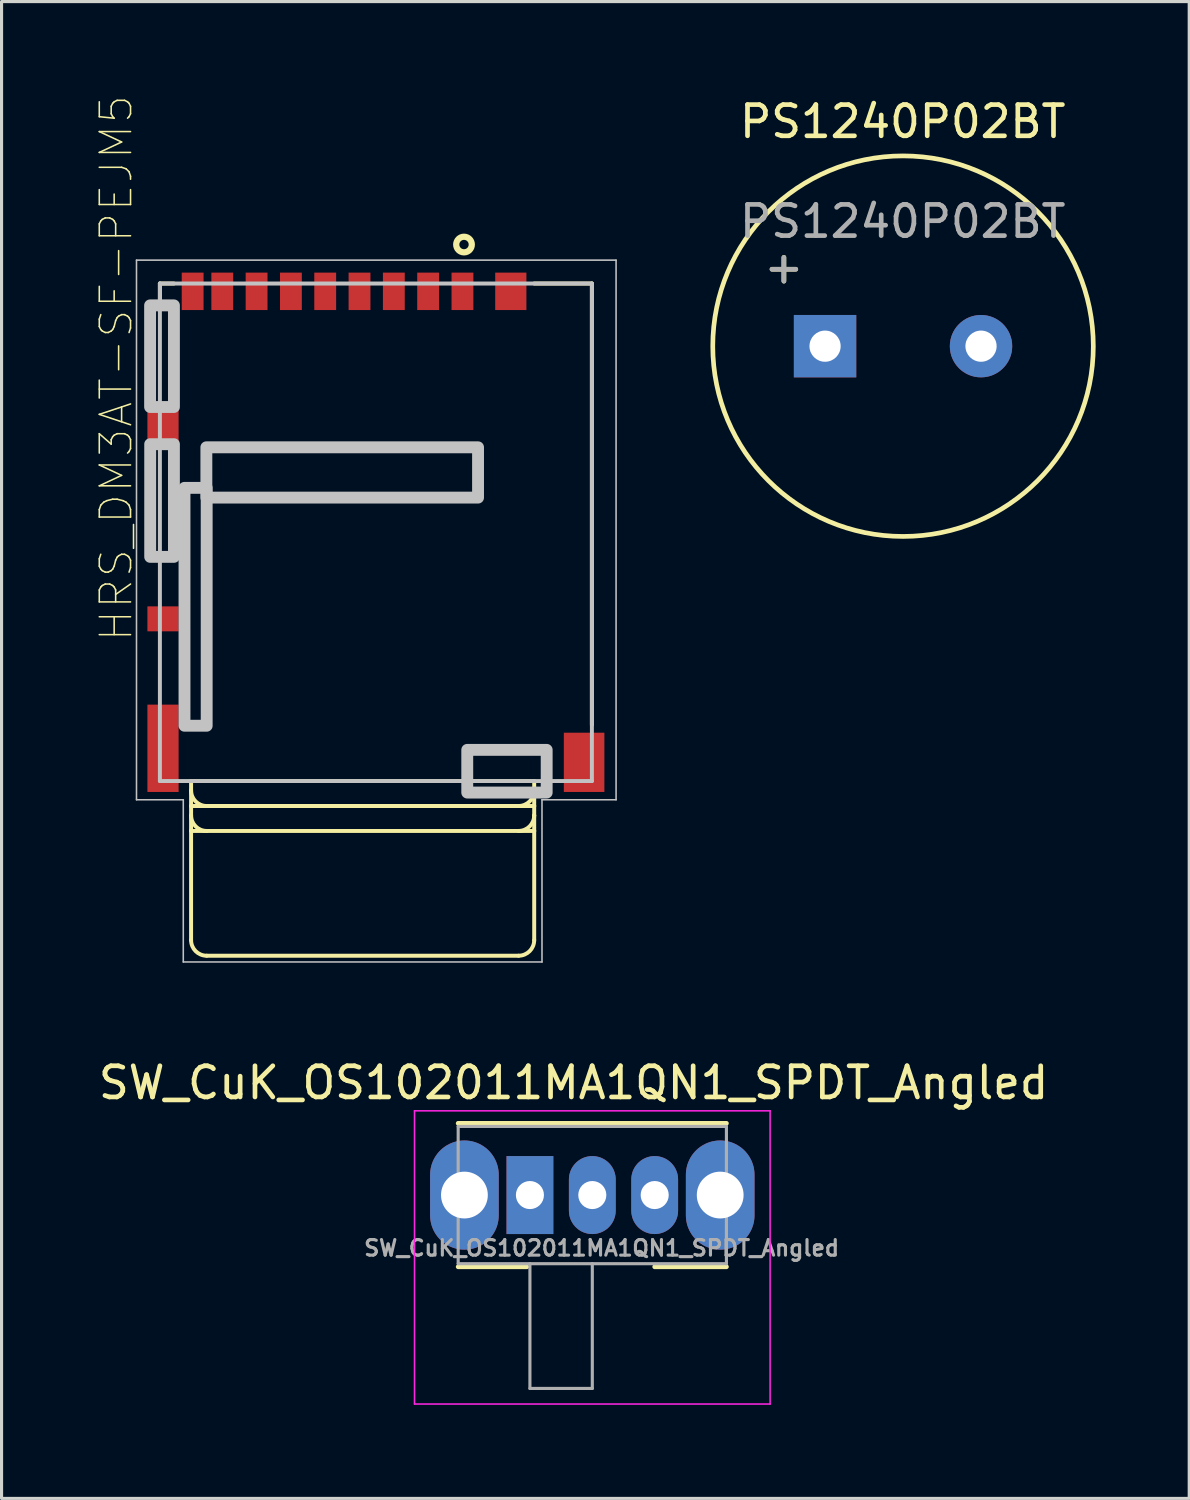
<source format=kicad_pcb>
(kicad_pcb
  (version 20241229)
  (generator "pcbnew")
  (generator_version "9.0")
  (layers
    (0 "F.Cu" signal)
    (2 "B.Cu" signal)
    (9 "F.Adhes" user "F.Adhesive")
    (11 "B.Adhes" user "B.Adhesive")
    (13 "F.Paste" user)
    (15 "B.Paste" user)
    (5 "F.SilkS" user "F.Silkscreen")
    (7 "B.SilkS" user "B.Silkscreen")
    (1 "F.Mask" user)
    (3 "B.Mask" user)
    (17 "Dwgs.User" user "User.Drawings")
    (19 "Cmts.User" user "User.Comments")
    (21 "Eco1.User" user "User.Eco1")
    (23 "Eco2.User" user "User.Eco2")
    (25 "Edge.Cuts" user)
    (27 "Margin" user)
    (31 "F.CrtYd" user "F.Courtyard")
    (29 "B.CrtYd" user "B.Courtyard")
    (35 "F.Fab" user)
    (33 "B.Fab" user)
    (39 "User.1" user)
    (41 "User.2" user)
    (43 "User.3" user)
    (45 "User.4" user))
  (footprint "SW_CuK_OS102011MA1QN1_SPDT_Angled"
    (layer "F.Cu")
    (at 13.939 35.263)
    (property "Reference" "SW_CuK_OS102011MA1QN1_SPDT_Angled" (at 1.4 -3.6 0) (layer "F.SilkS") (effects (font (size 1 1) (thickness 0.15))))
    (attr through_hole)
    (fp_line (start -2.3 -2.3) (end 6.3 -2.3) (stroke (width 0.15) (type solid)) (layer "F.SilkS"))
    (fp_line (start -2.3 2.3) (end -0.1 2.3) (stroke (width 0.15) (type solid)) (layer "F.SilkS"))
    (fp_line (start 4 2.3) (end 6.3 2.3) (stroke (width 0.15) (type solid)) (layer "F.SilkS"))
    (fp_line (start -3.7 -2.7) (end 7.7 -2.7) (stroke (width 0.05) (type solid)) (layer "F.CrtYd"))
    (fp_line (start -3.7 6.7) (end -3.7 -2.7) (stroke (width 0.05) (type solid)) (layer "F.CrtYd"))
    (fp_line (start 7.7 -2.7) (end 7.7 6.7) (stroke (width 0.05) (type solid)) (layer "F.CrtYd"))
    (fp_line (start 7.7 6.7) (end -3.7 6.7) (stroke (width 0.05) (type solid)) (layer "F.CrtYd"))
    (fp_line (start -2.3 -2.2) (end -2.3 2.2) (stroke (width 0.1) (type solid)) (layer "F.Fab"))
    (fp_line (start -2.3 -2.2) (end 6.3 -2.2) (stroke (width 0.1) (type solid)) (layer "F.Fab"))
    (fp_line (start -2.3 2.2) (end 6.3 2.2) (stroke (width 0.1) (type solid)) (layer "F.Fab"))
    (fp_line (start 0 6.2) (end 0 2.2) (stroke (width 0.1) (type solid)) (layer "F.Fab"))
    (fp_line (start 2 2.2) (end 2 6.2) (stroke (width 0.1) (type solid)) (layer "F.Fab"))
    (fp_line (start 2 6.2) (end 0 6.2) (stroke (width 0.1) (type solid)) (layer "F.Fab"))
    (fp_line (start 6.3 2.2) (end 6.3 -2.2) (stroke (width 0.1) (type solid)) (layer "F.Fab"))
    (fp_text user "${REFERENCE}" (at 2.3 1.7 0) (layer "F.Fab") (effects (font (size 0.5 0.5) (thickness 0.1))))
    (pad "" thru_hole oval (at -2.1 0) (size 2.2 3.5) (drill 1.5) (layers "*.Cu" "*.Mask"))
    (pad "" thru_hole oval (at 6.1 0) (size 2.2 3.5) (drill 1.5) (layers "*.Cu" "*.Mask"))
    (pad "1" thru_hole rect (at 0 0) (size 1.5 2.5) (drill 0.9) (layers "*.Cu" "*.Mask"))
    (pad "2" thru_hole oval (at 2 0) (size 1.5 2.5) (drill 0.9) (layers "*.Cu" "*.Mask"))
    (pad "3" thru_hole oval (at 4 0) (size 1.5 2.5) (drill 0.9) (layers "*.Cu" "*.Mask")))
  (footprint "PS1240P02BT"
    (layer "F.Cu")
    (at 25.901 8.048)
    (property "Reference" "PS1240P02BT" (at -0.01 -7.2 0) (layer "F.SilkS") (effects (font (size 1 1) (thickness 0.15))))
    (attr through_hole)
    (fp_circle (center 0 0) (end 6.1 0) (stroke (width 0.15) (type solid)) (fill no) (layer "F.SilkS"))
    (fp_text user "+" (at -3.82 -2.54 0) (layer "F.SilkS") (effects (font (size 1 1) (thickness 0.15))))
    (fp_text user "${REFERENCE}" (at -0.01 -4 0) (layer "F.Fab") (effects (font (size 1 1) (thickness 0.15))))
    (fp_text user "+" (at -3.82 -2.54 0) (layer "F.Fab") (effects (font (size 1 1) (thickness 0.15))))
    (pad "1" thru_hole rect (at -2.5 0) (size 2 2) (drill 1) (layers "*.Cu" "*.Mask"))
    (pad "2" thru_hole circle (at 2.5 0) (size 2 2) (drill 1) (layers "*.Cu" "*.Mask")))
  (footprint "HRS_DM3AT-SF-PEJM5"
    (layer "F.Cu")
    (at 8.576 6.29)
    (property "Reference" "HRS_DM3AT-SF-PEJM5" (at -7.902 2.465 90) (layer "F.SilkS") (effects (font (size 1.002 1.002) (thickness 0.05))))
    (attr smd)
    (fp_line (start -6.5 -0.25) (end -6.5 0.3) (stroke (width 0.127) (type solid)) (layer "F.SilkS"))
    (fp_line (start -6.05 -0.25) (end -6.5 -0.25) (stroke (width 0.127) (type solid)) (layer "F.SilkS"))
    (fp_line (start -5.5 15.7) (end -5.5 16) (stroke (width 0.127) (type solid)) (layer "F.SilkS"))
    (fp_line (start -5.5 15.7) (end 5.5 15.7) (stroke (width 0.127) (type solid)) (layer "F.SilkS"))
    (fp_line (start -5.5 16.5) (end -5.5 16) (stroke (width 0.127) (type solid)) (layer "F.SilkS"))
    (fp_line (start -5.5 16.5) (end -5.5 16.8) (stroke (width 0.127) (type solid)) (layer "F.SilkS"))
    (fp_line (start -5.5 17.3) (end -5.5 16.8) (stroke (width 0.127) (type solid)) (layer "F.SilkS"))
    (fp_line (start -5.5 17.3) (end -5.5 20.8) (stroke (width 0.127) (type solid)) (layer "F.SilkS"))
    (fp_line (start -5 16.5) (end -5.5 16.5) (stroke (width 0.127) (type solid)) (layer "F.SilkS"))
    (fp_line (start -5 17.3) (end -5.5 17.3) (stroke (width 0.127) (type solid)) (layer "F.SilkS"))
    (fp_line (start 5 16.5) (end -5 16.5) (stroke (width 0.127) (type solid)) (layer "F.SilkS"))
    (fp_line (start 5 17.3) (end -5 17.3) (stroke (width 0.127) (type solid)) (layer "F.SilkS"))
    (fp_line (start 5 21.3) (end -5 21.3) (stroke (width 0.127) (type solid)) (layer "F.SilkS"))
    (fp_line (start 5.5 -0.25) (end 7.35 -0.25) (stroke (width 0.127) (type solid)) (layer "F.SilkS"))
    (fp_line (start 5.5 15.7) (end 5.5 16) (stroke (width 0.127) (type solid)) (layer "F.SilkS"))
    (fp_line (start 5.5 16) (end 5.5 16.5) (stroke (width 0.127) (type solid)) (layer "F.SilkS"))
    (fp_line (start 5.5 16.5) (end 5 16.5) (stroke (width 0.127) (type solid)) (layer "F.SilkS"))
    (fp_line (start 5.5 16.5) (end 5.5 16.8) (stroke (width 0.127) (type solid)) (layer "F.SilkS"))
    (fp_line (start 5.5 16.8) (end 5.5 17.3) (stroke (width 0.127) (type solid)) (layer "F.SilkS"))
    (fp_line (start 5.5 17.3) (end 5 17.3) (stroke (width 0.127) (type solid)) (layer "F.SilkS"))
    (fp_line (start 5.5 17.3) (end 5.5 20.8) (stroke (width 0.127) (type solid)) (layer "F.SilkS"))
    (fp_line (start 7.35 -0.25) (end 7.35 13.9) (stroke (width 0.127) (type solid)) (layer "F.SilkS"))
    (fp_arc (start -5 16.5) (mid -5.353553 16.353553) (end -5.5 16) (stroke (width 0.127) (type solid)) (layer "F.SilkS"))
    (fp_arc (start -5 17.3) (mid -5.353553 17.153553) (end -5.5 16.8) (stroke (width 0.127) (type solid)) (layer "F.SilkS"))
    (fp_arc (start -5 21.3) (mid -5.353553 21.153553) (end -5.5 20.8) (stroke (width 0.127) (type solid)) (layer "F.SilkS"))
    (fp_arc (start 5.5 16) (mid 5.353553 16.353553) (end 5 16.5) (stroke (width 0.127) (type solid)) (layer "F.SilkS"))
    (fp_arc (start 5.5 16.8) (mid 5.353553 17.153553) (end 5 17.3) (stroke (width 0.127) (type solid)) (layer "F.SilkS"))
    (fp_arc (start 5.5 20.8) (mid 5.353553 21.153553) (end 5 21.3) (stroke (width 0.127) (type solid)) (layer "F.SilkS"))
    (fp_circle (center 3.25 -1.5) (end 3.5 -1.5) (stroke (width 0.2) (type solid)) (fill no) (layer "F.SilkS"))
    (fp_line (start -7.25 -1) (end 8.125 -1) (stroke (width 0.05) (type solid)) (layer "Dwgs.User"))
    (fp_line (start -7.25 16.3) (end -7.25 -1) (stroke (width 0.05) (type solid)) (layer "Dwgs.User"))
    (fp_line (start -6.5 -0.25) (end 7.35 -0.25) (stroke (width 0.127) (type solid)) (layer "Dwgs.User"))
    (fp_line (start -6.5 15.7) (end -6.5 -0.25) (stroke (width 0.127) (type solid)) (layer "Dwgs.User"))
    (fp_line (start -5.75 16.3) (end -7.25 16.3) (stroke (width 0.05) (type solid)) (layer "Dwgs.User"))
    (fp_line (start -5.75 21.5) (end -5.75 16.3) (stroke (width 0.05) (type solid)) (layer "Dwgs.User"))
    (fp_line (start 5.75 16.3) (end 5.75 21.5) (stroke (width 0.05) (type solid)) (layer "Dwgs.User"))
    (fp_line (start 5.75 21.5) (end -5.75 21.5) (stroke (width 0.05) (type solid)) (layer "Dwgs.User"))
    (fp_line (start 7.35 -0.25) (end 7.35 15.7) (stroke (width 0.127) (type solid)) (layer "Dwgs.User"))
    (fp_line (start 7.35 15.7) (end -6.5 15.7) (stroke (width 0.127) (type solid)) (layer "Dwgs.User"))
    (fp_line (start 8.125 -1) (end 8.125 16.3) (stroke (width 0.05) (type solid)) (layer "Dwgs.User"))
    (fp_line (start 8.125 16.3) (end 5.75 16.3) (stroke (width 0.05) (type solid)) (layer "Dwgs.User"))
    (fp_poly (pts (xy -6.814 0.45) (xy -6.05 0.45) (xy -6.05 3.708) (xy -6.814 3.708)) (stroke (width 0.381) (type solid)) (fill no) (layer "Dwgs.User"))
    (fp_poly (pts (xy -6.811 4.9) (xy -6.05 4.9) (xy -6.05 8.513) (xy -6.811 8.513)) (stroke (width 0.381) (type solid)) (fill no) (layer "Dwgs.User"))
    (fp_poly (pts (xy -5.711 6.3) (xy -5 6.3) (xy -5 13.927) (xy -5.711 13.927)) (stroke (width 0.381) (type solid)) (fill no) (layer "Dwgs.User"))
    (fp_poly (pts (xy -5.01 5) (xy 3.7 5) (xy 3.7 6.613) (xy -5.01 6.613)) (stroke (width 0.381) (type solid)) (fill no) (layer "Dwgs.User"))
    (fp_poly (pts (xy 3.354 14.7) (xy 5.9 14.7) (xy 5.9 16.069) (xy 3.354 16.069)) (stroke (width 0.381) (type solid)) (fill no) (layer "Dwgs.User"))
    (pad "1" smd rect (at 3.2 0) (size 0.7 1.2) (layers "F.Cu" "F.Mask" "F.Paste"))
    (pad "2" smd rect (at 2.1 0) (size 0.7 1.2) (layers "F.Cu" "F.Mask" "F.Paste"))
    (pad "3" smd rect (at 1 0) (size 0.7 1.2) (layers "F.Cu" "F.Mask" "F.Paste"))
    (pad "4" smd rect (at -0.1 0) (size 0.7 1.2) (layers "F.Cu" "F.Mask" "F.Paste"))
    (pad "5" smd rect (at -1.2 0) (size 0.7 1.2) (layers "F.Cu" "F.Mask" "F.Paste"))
    (pad "6" smd rect (at -2.3 0) (size 0.7 1.2) (layers "F.Cu" "F.Mask" "F.Paste"))
    (pad "7" smd rect (at -3.4 0) (size 0.7 1.2) (layers "F.Cu" "F.Mask" "F.Paste"))
    (pad "8" smd rect (at -4.5 0) (size 0.7 1.2) (layers "F.Cu" "F.Mask" "F.Paste"))
    (pad "P1" smd rect (at -6.4 4.3) (size 1 1.2) (layers "F.Cu" "F.Mask" "F.Paste"))
    (pad "P2" smd rect (at -6.4 14.65) (size 1 2.8) (layers "F.Cu" "F.Mask" "F.Paste"))
    (pad "P3" smd rect (at 7.1 15.1) (size 1.3 1.9) (layers "F.Cu" "F.Mask" "F.Paste"))
    (pad "P4" smd rect (at 4.75 0) (size 1 1.2) (layers "F.Cu" "F.Mask" "F.Paste"))
    (pad "SWA" smd rect (at -6.4 10.5) (size 1 0.8) (layers "F.Cu" "F.Mask" "F.Paste"))
    (pad "SWB" smd rect (at -5.45 0) (size 0.7 1.2) (layers "F.Cu" "F.Mask" "F.Paste")))
  (gr_rect
    (start -3 -3)
    (end 35.076 44.988)
    (stroke (width 0.1) (type default))
    (fill no)
    (layer "Edge.Cuts")))
</source>
